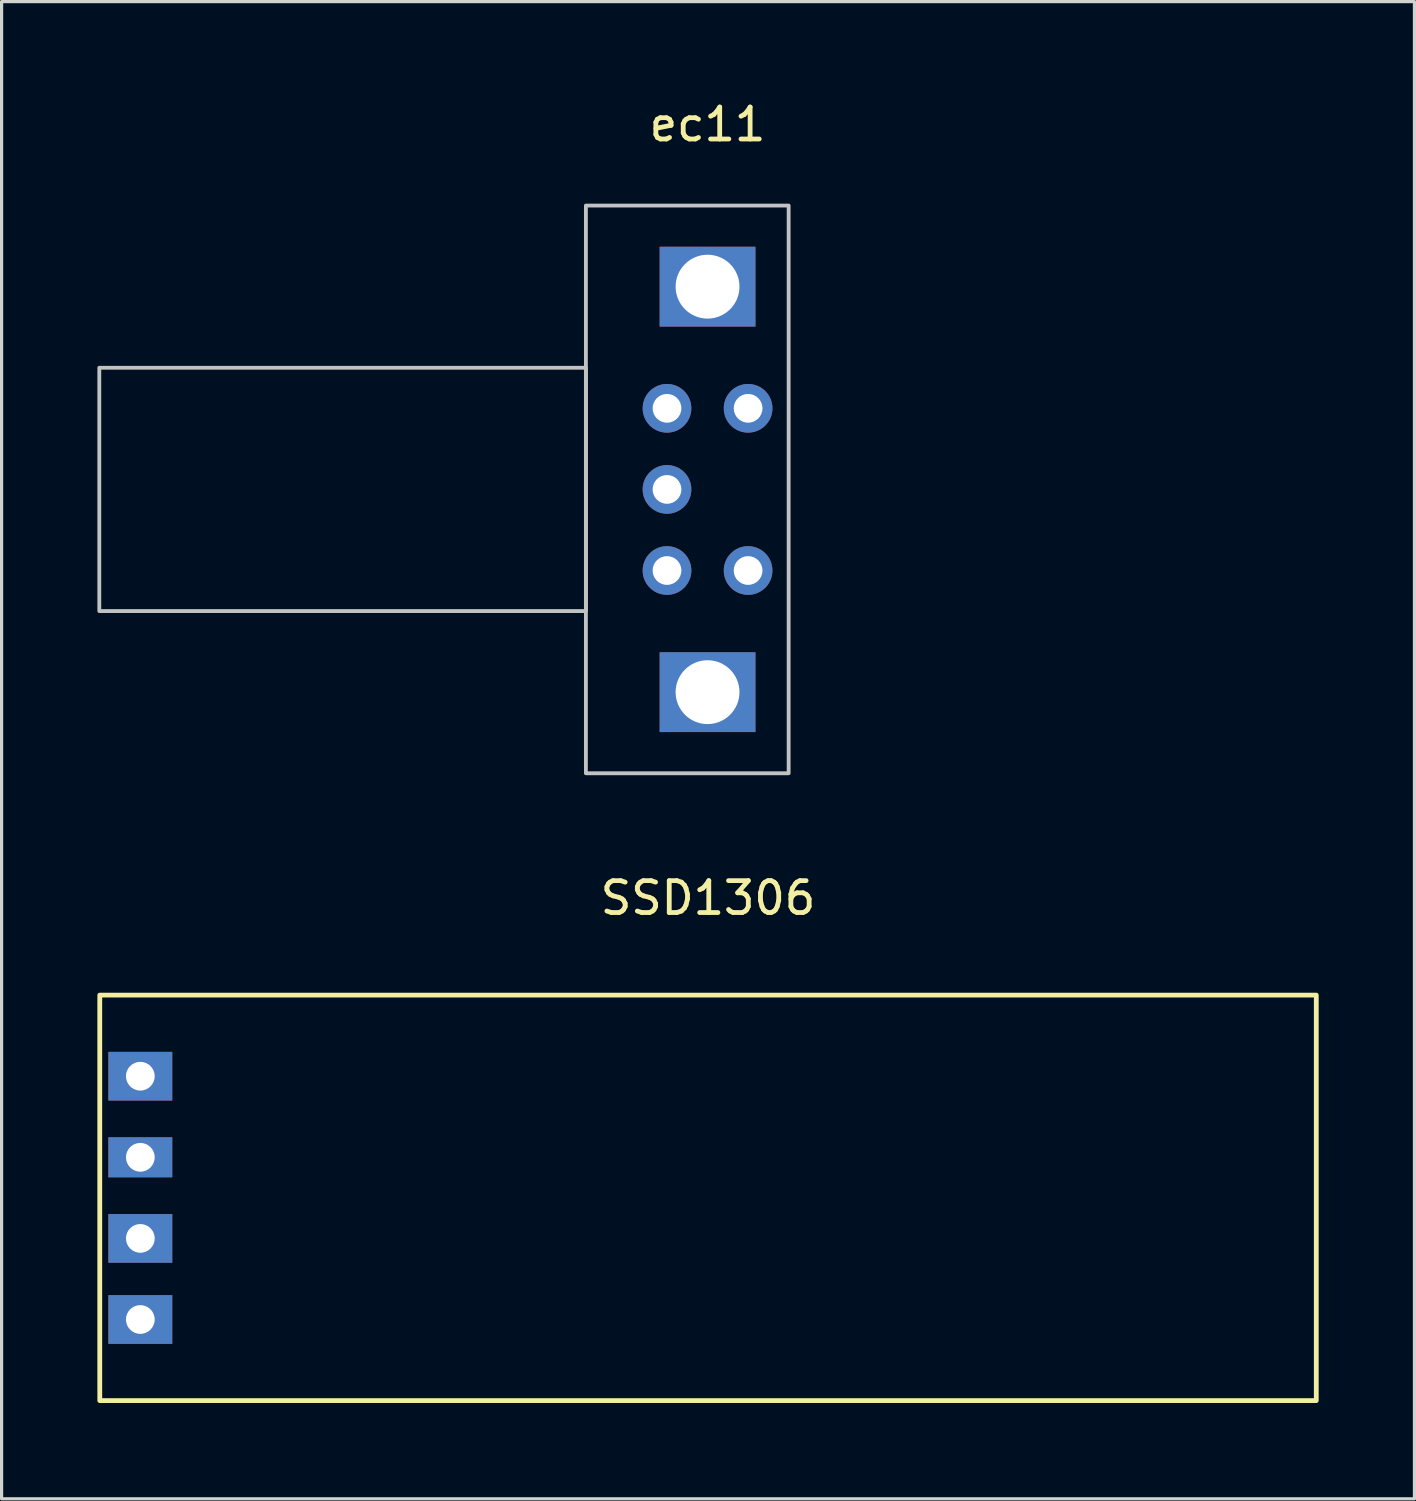
<source format=kicad_pcb>
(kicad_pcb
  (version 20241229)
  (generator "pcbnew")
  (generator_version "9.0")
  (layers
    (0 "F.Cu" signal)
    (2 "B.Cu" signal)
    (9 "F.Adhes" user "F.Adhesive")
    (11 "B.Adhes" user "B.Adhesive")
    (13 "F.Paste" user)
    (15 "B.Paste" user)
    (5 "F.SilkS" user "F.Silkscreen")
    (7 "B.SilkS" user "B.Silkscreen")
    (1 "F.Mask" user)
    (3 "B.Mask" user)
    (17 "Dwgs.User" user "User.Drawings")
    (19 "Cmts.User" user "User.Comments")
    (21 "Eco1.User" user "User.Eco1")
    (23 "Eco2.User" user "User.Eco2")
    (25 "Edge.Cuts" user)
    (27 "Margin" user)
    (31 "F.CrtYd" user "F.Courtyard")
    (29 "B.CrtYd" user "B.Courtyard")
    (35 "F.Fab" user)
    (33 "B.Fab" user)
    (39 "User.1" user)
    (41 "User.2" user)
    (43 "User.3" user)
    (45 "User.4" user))
  (footprint "ec11"
    (layer "F.Cu")
    (at 19.11 3.388)
    (property "Reference" "ec11" (at 0 -2.54 0) (unlocked yes) (layer "F.SilkS") (effects (font (size 1 1) (thickness 0.15))))
    (attr through_hole)
    (fp_rect (start -3.81 5.08) (end -19.05 12.7) (stroke (width 0.12) (type solid)) (fill no) (layer "Dwgs.User"))
    (fp_rect (start 2.54 0) (end -3.81 17.78) (stroke (width 0.12) (type solid)) (fill no) (layer "Dwgs.User"))
    (pad "A" thru_hole circle (at -1.27 6.35) (size 1.524 1.524) (drill 0.9) (layers "*.Cu" "*.Mask"))
    (pad "B" thru_hole circle (at -1.27 11.43) (size 1.524 1.524) (drill 0.9) (layers "*.Cu" "*.Mask"))
    (pad "C" thru_hole circle (at -1.27 8.89) (size 1.524 1.524) (drill 0.9) (layers "*.Cu" "*.Mask"))
    (pad "MP" thru_hole rect (at 0 2.54) (size 3 2.5) (drill 2) (layers "*.Cu" "*.Mask"))
    (pad "MP" thru_hole rect (at 0 15.24) (size 3 2.5) (drill 2) (layers "*.Cu" "*.Mask"))
    (pad "S1" thru_hole circle (at 1.27 11.43) (size 1.524 1.524) (drill 0.9) (layers "*.Cu" "*.Mask"))
    (pad "S2" thru_hole circle (at 1.27 6.35) (size 1.524 1.524) (drill 0.9) (layers "*.Cu" "*.Mask")))
  (footprint "SSD1306"
    (layer "F.Cu")
    (at 19.125 25.576)
    (property "Reference" "SSD1306" (at 0 -0.5 0) (unlocked yes) (layer "F.SilkS") (effects (font (size 1 1) (thickness 0.15))))
    (attr smd)
    (fp_rect (start -19.05 2.54) (end 19.05 15.24) (stroke (width 0.15) (type solid)) (fill no) (layer "F.SilkS"))
    (pad "1" thru_hole rect (at -17.78 5.08) (size 2 1.524) (drill 0.9) (layers "*.Cu" "*.Mask"))
    (pad "2" thru_hole rect (at -17.78 7.62) (size 2 1.254) (drill 0.9) (layers "*.Cu" "*.Mask"))
    (pad "3" thru_hole rect (at -17.78 10.16) (size 2 1.524) (drill 0.9) (layers "*.Cu" "*.Mask"))
    (pad "4" thru_hole rect (at -17.78 12.7) (size 2 1.524) (drill 0.9) (layers "*.Cu" "*.Mask")))
  (gr_rect
    (start -3 -3)
    (end 41.25 43.892)
    (stroke (width 0.1) (type default))
    (fill no)
    (layer "Edge.Cuts")))
</source>
